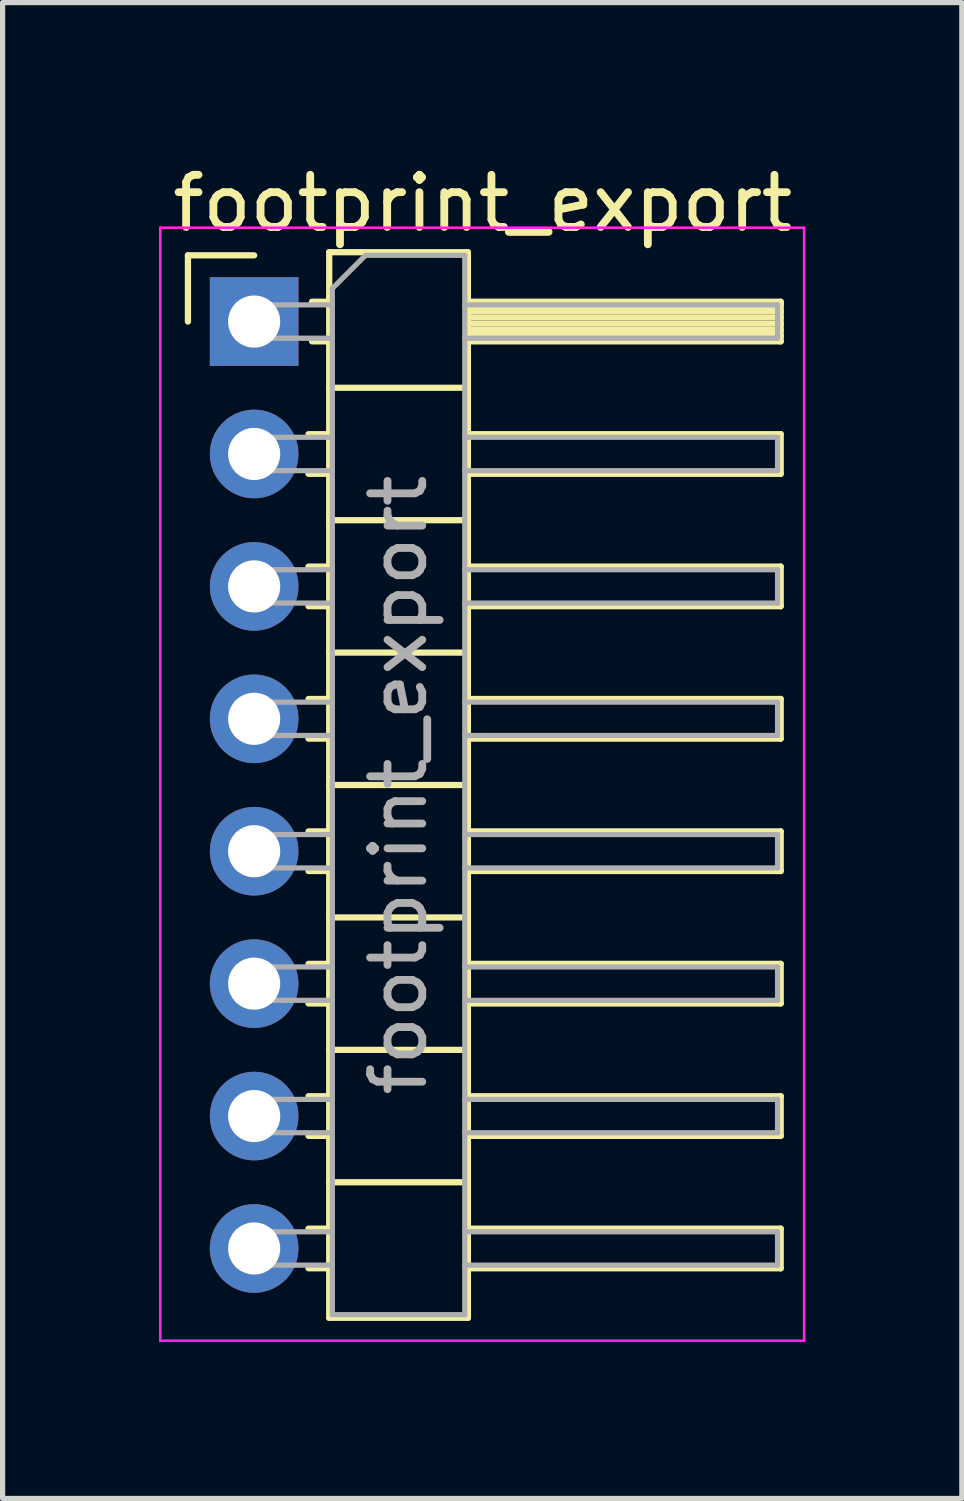
<source format=kicad_pcb>
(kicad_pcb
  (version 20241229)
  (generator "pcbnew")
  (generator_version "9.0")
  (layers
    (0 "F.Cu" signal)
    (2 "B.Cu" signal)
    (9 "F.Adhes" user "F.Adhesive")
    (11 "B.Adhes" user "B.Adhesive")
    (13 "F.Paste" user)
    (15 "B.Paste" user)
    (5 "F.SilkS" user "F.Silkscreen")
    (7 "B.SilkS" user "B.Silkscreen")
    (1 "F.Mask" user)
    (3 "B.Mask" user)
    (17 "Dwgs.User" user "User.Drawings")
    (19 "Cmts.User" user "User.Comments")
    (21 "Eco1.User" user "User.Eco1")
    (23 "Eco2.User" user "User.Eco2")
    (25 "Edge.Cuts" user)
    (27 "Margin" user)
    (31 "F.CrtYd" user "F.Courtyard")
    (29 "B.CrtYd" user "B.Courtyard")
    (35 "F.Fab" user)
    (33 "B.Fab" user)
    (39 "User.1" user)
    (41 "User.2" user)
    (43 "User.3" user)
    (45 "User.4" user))
  (footprint "footprint_export"
    (layer "F.Cu")
    (at 1.825 3.118)
    (property "Reference" "footprint_export" (at 4.385 -2.27 0) (layer "F.SilkS") (effects (font (size 1 1) (thickness 0.15))))
    (attr through_hole)
    (fp_line (start -1.27 -1.27) (end 0 -1.27) (stroke (width 0.12) (type solid)) (layer "F.SilkS"))
    (fp_line (start -1.27 0) (end -1.27 -1.27) (stroke (width 0.12) (type solid)) (layer "F.SilkS"))
    (fp_line (start 1.043 2.16) (end 1.44 2.16) (stroke (width 0.12) (type solid)) (layer "F.SilkS"))
    (fp_line (start 1.043 2.92) (end 1.44 2.92) (stroke (width 0.12) (type solid)) (layer "F.SilkS"))
    (fp_line (start 1.043 4.7) (end 1.44 4.7) (stroke (width 0.12) (type solid)) (layer "F.SilkS"))
    (fp_line (start 1.043 5.46) (end 1.44 5.46) (stroke (width 0.12) (type solid)) (layer "F.SilkS"))
    (fp_line (start 1.043 7.24) (end 1.44 7.24) (stroke (width 0.12) (type solid)) (layer "F.SilkS"))
    (fp_line (start 1.043 8) (end 1.44 8) (stroke (width 0.12) (type solid)) (layer "F.SilkS"))
    (fp_line (start 1.043 9.78) (end 1.44 9.78) (stroke (width 0.12) (type solid)) (layer "F.SilkS"))
    (fp_line (start 1.043 10.54) (end 1.44 10.54) (stroke (width 0.12) (type solid)) (layer "F.SilkS"))
    (fp_line (start 1.043 12.32) (end 1.44 12.32) (stroke (width 0.12) (type solid)) (layer "F.SilkS"))
    (fp_line (start 1.043 13.08) (end 1.44 13.08) (stroke (width 0.12) (type solid)) (layer "F.SilkS"))
    (fp_line (start 1.043 14.86) (end 1.44 14.86) (stroke (width 0.12) (type solid)) (layer "F.SilkS"))
    (fp_line (start 1.043 15.62) (end 1.44 15.62) (stroke (width 0.12) (type solid)) (layer "F.SilkS"))
    (fp_line (start 1.043 17.4) (end 1.44 17.4) (stroke (width 0.12) (type solid)) (layer "F.SilkS"))
    (fp_line (start 1.043 18.16) (end 1.44 18.16) (stroke (width 0.12) (type solid)) (layer "F.SilkS"))
    (fp_line (start 1.11 -0.38) (end 1.44 -0.38) (stroke (width 0.12) (type solid)) (layer "F.SilkS"))
    (fp_line (start 1.11 0.38) (end 1.44 0.38) (stroke (width 0.12) (type solid)) (layer "F.SilkS"))
    (fp_line (start 1.44 -1.33) (end 1.44 19.11) (stroke (width 0.12) (type solid)) (layer "F.SilkS"))
    (fp_line (start 1.44 1.27) (end 4.1 1.27) (stroke (width 0.12) (type solid)) (layer "F.SilkS"))
    (fp_line (start 1.44 3.81) (end 4.1 3.81) (stroke (width 0.12) (type solid)) (layer "F.SilkS"))
    (fp_line (start 1.44 6.35) (end 4.1 6.35) (stroke (width 0.12) (type solid)) (layer "F.SilkS"))
    (fp_line (start 1.44 8.89) (end 4.1 8.89) (stroke (width 0.12) (type solid)) (layer "F.SilkS"))
    (fp_line (start 1.44 11.43) (end 4.1 11.43) (stroke (width 0.12) (type solid)) (layer "F.SilkS"))
    (fp_line (start 1.44 13.97) (end 4.1 13.97) (stroke (width 0.12) (type solid)) (layer "F.SilkS"))
    (fp_line (start 1.44 16.51) (end 4.1 16.51) (stroke (width 0.12) (type solid)) (layer "F.SilkS"))
    (fp_line (start 1.44 19.11) (end 4.1 19.11) (stroke (width 0.12) (type solid)) (layer "F.SilkS"))
    (fp_line (start 4.1 -1.33) (end 1.44 -1.33) (stroke (width 0.12) (type solid)) (layer "F.SilkS"))
    (fp_line (start 4.1 -0.38) (end 10.1 -0.38) (stroke (width 0.12) (type solid)) (layer "F.SilkS"))
    (fp_line (start 4.1 -0.32) (end 10.1 -0.32) (stroke (width 0.12) (type solid)) (layer "F.SilkS"))
    (fp_line (start 4.1 -0.2) (end 10.1 -0.2) (stroke (width 0.12) (type solid)) (layer "F.SilkS"))
    (fp_line (start 4.1 -0.08) (end 10.1 -0.08) (stroke (width 0.12) (type solid)) (layer "F.SilkS"))
    (fp_line (start 4.1 0.04) (end 10.1 0.04) (stroke (width 0.12) (type solid)) (layer "F.SilkS"))
    (fp_line (start 4.1 0.16) (end 10.1 0.16) (stroke (width 0.12) (type solid)) (layer "F.SilkS"))
    (fp_line (start 4.1 0.28) (end 10.1 0.28) (stroke (width 0.12) (type solid)) (layer "F.SilkS"))
    (fp_line (start 4.1 2.16) (end 10.1 2.16) (stroke (width 0.12) (type solid)) (layer "F.SilkS"))
    (fp_line (start 4.1 4.7) (end 10.1 4.7) (stroke (width 0.12) (type solid)) (layer "F.SilkS"))
    (fp_line (start 4.1 7.24) (end 10.1 7.24) (stroke (width 0.12) (type solid)) (layer "F.SilkS"))
    (fp_line (start 4.1 9.78) (end 10.1 9.78) (stroke (width 0.12) (type solid)) (layer "F.SilkS"))
    (fp_line (start 4.1 12.32) (end 10.1 12.32) (stroke (width 0.12) (type solid)) (layer "F.SilkS"))
    (fp_line (start 4.1 14.86) (end 10.1 14.86) (stroke (width 0.12) (type solid)) (layer "F.SilkS"))
    (fp_line (start 4.1 17.4) (end 10.1 17.4) (stroke (width 0.12) (type solid)) (layer "F.SilkS"))
    (fp_line (start 4.1 19.11) (end 4.1 -1.33) (stroke (width 0.12) (type solid)) (layer "F.SilkS"))
    (fp_line (start 10.1 -0.38) (end 10.1 0.38) (stroke (width 0.12) (type solid)) (layer "F.SilkS"))
    (fp_line (start 10.1 0.38) (end 4.1 0.38) (stroke (width 0.12) (type solid)) (layer "F.SilkS"))
    (fp_line (start 10.1 2.16) (end 10.1 2.92) (stroke (width 0.12) (type solid)) (layer "F.SilkS"))
    (fp_line (start 10.1 2.92) (end 4.1 2.92) (stroke (width 0.12) (type solid)) (layer "F.SilkS"))
    (fp_line (start 10.1 4.7) (end 10.1 5.46) (stroke (width 0.12) (type solid)) (layer "F.SilkS"))
    (fp_line (start 10.1 5.46) (end 4.1 5.46) (stroke (width 0.12) (type solid)) (layer "F.SilkS"))
    (fp_line (start 10.1 7.24) (end 10.1 8) (stroke (width 0.12) (type solid)) (layer "F.SilkS"))
    (fp_line (start 10.1 8) (end 4.1 8) (stroke (width 0.12) (type solid)) (layer "F.SilkS"))
    (fp_line (start 10.1 9.78) (end 10.1 10.54) (stroke (width 0.12) (type solid)) (layer "F.SilkS"))
    (fp_line (start 10.1 10.54) (end 4.1 10.54) (stroke (width 0.12) (type solid)) (layer "F.SilkS"))
    (fp_line (start 10.1 12.32) (end 10.1 13.08) (stroke (width 0.12) (type solid)) (layer "F.SilkS"))
    (fp_line (start 10.1 13.08) (end 4.1 13.08) (stroke (width 0.12) (type solid)) (layer "F.SilkS"))
    (fp_line (start 10.1 14.86) (end 10.1 15.62) (stroke (width 0.12) (type solid)) (layer "F.SilkS"))
    (fp_line (start 10.1 15.62) (end 4.1 15.62) (stroke (width 0.12) (type solid)) (layer "F.SilkS"))
    (fp_line (start 10.1 17.4) (end 10.1 18.16) (stroke (width 0.12) (type solid)) (layer "F.SilkS"))
    (fp_line (start 10.1 18.16) (end 4.1 18.16) (stroke (width 0.12) (type solid)) (layer "F.SilkS"))
    (fp_line (start -1.8 -1.8) (end -1.8 19.55) (stroke (width 0.05) (type solid)) (layer "F.CrtYd"))
    (fp_line (start -1.8 19.55) (end 10.55 19.55) (stroke (width 0.05) (type solid)) (layer "F.CrtYd"))
    (fp_line (start 10.55 -1.8) (end -1.8 -1.8) (stroke (width 0.05) (type solid)) (layer "F.CrtYd"))
    (fp_line (start 10.55 19.55) (end 10.55 -1.8) (stroke (width 0.05) (type solid)) (layer "F.CrtYd"))
    (fp_line (start -0.32 -0.32) (end -0.32 0.32) (stroke (width 0.1) (type solid)) (layer "F.Fab"))
    (fp_line (start -0.32 -0.32) (end 1.5 -0.32) (stroke (width 0.1) (type solid)) (layer "F.Fab"))
    (fp_line (start -0.32 0.32) (end 1.5 0.32) (stroke (width 0.1) (type solid)) (layer "F.Fab"))
    (fp_line (start -0.32 2.22) (end -0.32 2.86) (stroke (width 0.1) (type solid)) (layer "F.Fab"))
    (fp_line (start -0.32 2.22) (end 1.5 2.22) (stroke (width 0.1) (type solid)) (layer "F.Fab"))
    (fp_line (start -0.32 2.86) (end 1.5 2.86) (stroke (width 0.1) (type solid)) (layer "F.Fab"))
    (fp_line (start -0.32 4.76) (end -0.32 5.4) (stroke (width 0.1) (type solid)) (layer "F.Fab"))
    (fp_line (start -0.32 4.76) (end 1.5 4.76) (stroke (width 0.1) (type solid)) (layer "F.Fab"))
    (fp_line (start -0.32 5.4) (end 1.5 5.4) (stroke (width 0.1) (type solid)) (layer "F.Fab"))
    (fp_line (start -0.32 7.3) (end -0.32 7.94) (stroke (width 0.1) (type solid)) (layer "F.Fab"))
    (fp_line (start -0.32 7.3) (end 1.5 7.3) (stroke (width 0.1) (type solid)) (layer "F.Fab"))
    (fp_line (start -0.32 7.94) (end 1.5 7.94) (stroke (width 0.1) (type solid)) (layer "F.Fab"))
    (fp_line (start -0.32 9.84) (end -0.32 10.48) (stroke (width 0.1) (type solid)) (layer "F.Fab"))
    (fp_line (start -0.32 9.84) (end 1.5 9.84) (stroke (width 0.1) (type solid)) (layer "F.Fab"))
    (fp_line (start -0.32 10.48) (end 1.5 10.48) (stroke (width 0.1) (type solid)) (layer "F.Fab"))
    (fp_line (start -0.32 12.38) (end -0.32 13.02) (stroke (width 0.1) (type solid)) (layer "F.Fab"))
    (fp_line (start -0.32 12.38) (end 1.5 12.38) (stroke (width 0.1) (type solid)) (layer "F.Fab"))
    (fp_line (start -0.32 13.02) (end 1.5 13.02) (stroke (width 0.1) (type solid)) (layer "F.Fab"))
    (fp_line (start -0.32 14.92) (end -0.32 15.56) (stroke (width 0.1) (type solid)) (layer "F.Fab"))
    (fp_line (start -0.32 14.92) (end 1.5 14.92) (stroke (width 0.1) (type solid)) (layer "F.Fab"))
    (fp_line (start -0.32 15.56) (end 1.5 15.56) (stroke (width 0.1) (type solid)) (layer "F.Fab"))
    (fp_line (start -0.32 17.46) (end -0.32 18.1) (stroke (width 0.1) (type solid)) (layer "F.Fab"))
    (fp_line (start -0.32 17.46) (end 1.5 17.46) (stroke (width 0.1) (type solid)) (layer "F.Fab"))
    (fp_line (start -0.32 18.1) (end 1.5 18.1) (stroke (width 0.1) (type solid)) (layer "F.Fab"))
    (fp_line (start 1.5 -0.635) (end 2.135 -1.27) (stroke (width 0.1) (type solid)) (layer "F.Fab"))
    (fp_line (start 1.5 19.05) (end 1.5 -0.635) (stroke (width 0.1) (type solid)) (layer "F.Fab"))
    (fp_line (start 2.135 -1.27) (end 4.04 -1.27) (stroke (width 0.1) (type solid)) (layer "F.Fab"))
    (fp_line (start 4.04 -1.27) (end 4.04 19.05) (stroke (width 0.1) (type solid)) (layer "F.Fab"))
    (fp_line (start 4.04 -0.32) (end 10.04 -0.32) (stroke (width 0.1) (type solid)) (layer "F.Fab"))
    (fp_line (start 4.04 0.32) (end 10.04 0.32) (stroke (width 0.1) (type solid)) (layer "F.Fab"))
    (fp_line (start 4.04 2.22) (end 10.04 2.22) (stroke (width 0.1) (type solid)) (layer "F.Fab"))
    (fp_line (start 4.04 2.86) (end 10.04 2.86) (stroke (width 0.1) (type solid)) (layer "F.Fab"))
    (fp_line (start 4.04 4.76) (end 10.04 4.76) (stroke (width 0.1) (type solid)) (layer "F.Fab"))
    (fp_line (start 4.04 5.4) (end 10.04 5.4) (stroke (width 0.1) (type solid)) (layer "F.Fab"))
    (fp_line (start 4.04 7.3) (end 10.04 7.3) (stroke (width 0.1) (type solid)) (layer "F.Fab"))
    (fp_line (start 4.04 7.94) (end 10.04 7.94) (stroke (width 0.1) (type solid)) (layer "F.Fab"))
    (fp_line (start 4.04 9.84) (end 10.04 9.84) (stroke (width 0.1) (type solid)) (layer "F.Fab"))
    (fp_line (start 4.04 10.48) (end 10.04 10.48) (stroke (width 0.1) (type solid)) (layer "F.Fab"))
    (fp_line (start 4.04 12.38) (end 10.04 12.38) (stroke (width 0.1) (type solid)) (layer "F.Fab"))
    (fp_line (start 4.04 13.02) (end 10.04 13.02) (stroke (width 0.1) (type solid)) (layer "F.Fab"))
    (fp_line (start 4.04 14.92) (end 10.04 14.92) (stroke (width 0.1) (type solid)) (layer "F.Fab"))
    (fp_line (start 4.04 15.56) (end 10.04 15.56) (stroke (width 0.1) (type solid)) (layer "F.Fab"))
    (fp_line (start 4.04 17.46) (end 10.04 17.46) (stroke (width 0.1) (type solid)) (layer "F.Fab"))
    (fp_line (start 4.04 18.1) (end 10.04 18.1) (stroke (width 0.1) (type solid)) (layer "F.Fab"))
    (fp_line (start 4.04 19.05) (end 1.5 19.05) (stroke (width 0.1) (type solid)) (layer "F.Fab"))
    (fp_line (start 10.04 -0.32) (end 10.04 0.32) (stroke (width 0.1) (type solid)) (layer "F.Fab"))
    (fp_line (start 10.04 2.22) (end 10.04 2.86) (stroke (width 0.1) (type solid)) (layer "F.Fab"))
    (fp_line (start 10.04 4.76) (end 10.04 5.4) (stroke (width 0.1) (type solid)) (layer "F.Fab"))
    (fp_line (start 10.04 7.3) (end 10.04 7.94) (stroke (width 0.1) (type solid)) (layer "F.Fab"))
    (fp_line (start 10.04 9.84) (end 10.04 10.48) (stroke (width 0.1) (type solid)) (layer "F.Fab"))
    (fp_line (start 10.04 12.38) (end 10.04 13.02) (stroke (width 0.1) (type solid)) (layer "F.Fab"))
    (fp_line (start 10.04 14.92) (end 10.04 15.56) (stroke (width 0.1) (type solid)) (layer "F.Fab"))
    (fp_line (start 10.04 17.46) (end 10.04 18.1) (stroke (width 0.1) (type solid)) (layer "F.Fab"))
    (fp_text user "${REFERENCE}" (at 2.77 8.89 90) (layer "F.Fab") (effects (font (size 1 1) (thickness 0.15))))
    (pad "1" thru_hole rect (at 0 0) (size 1.7 1.7) (drill 1) (layers "*.Cu" "*.Mask"))
    (pad "2" thru_hole oval (at 0 2.54) (size 1.7 1.7) (drill 1) (layers "*.Cu" "*.Mask"))
    (pad "3" thru_hole oval (at 0 5.08) (size 1.7 1.7) (drill 1) (layers "*.Cu" "*.Mask"))
    (pad "4" thru_hole oval (at 0 7.62) (size 1.7 1.7) (drill 1) (layers "*.Cu" "*.Mask"))
    (pad "5" thru_hole oval (at 0 10.16) (size 1.7 1.7) (drill 1) (layers "*.Cu" "*.Mask"))
    (pad "6" thru_hole oval (at 0 12.7) (size 1.7 1.7) (drill 1) (layers "*.Cu" "*.Mask"))
    (pad "7" thru_hole oval (at 0 15.24) (size 1.7 1.7) (drill 1) (layers "*.Cu" "*.Mask"))
    (pad "8" thru_hole oval (at 0 17.78) (size 1.7 1.7) (drill 1) (layers "*.Cu" "*.Mask")))
  (gr_rect
    (start -3 -3)
    (end 15.4 25.693)
    (stroke (width 0.1) (type default))
    (fill no)
    (layer "Edge.Cuts")))
</source>
